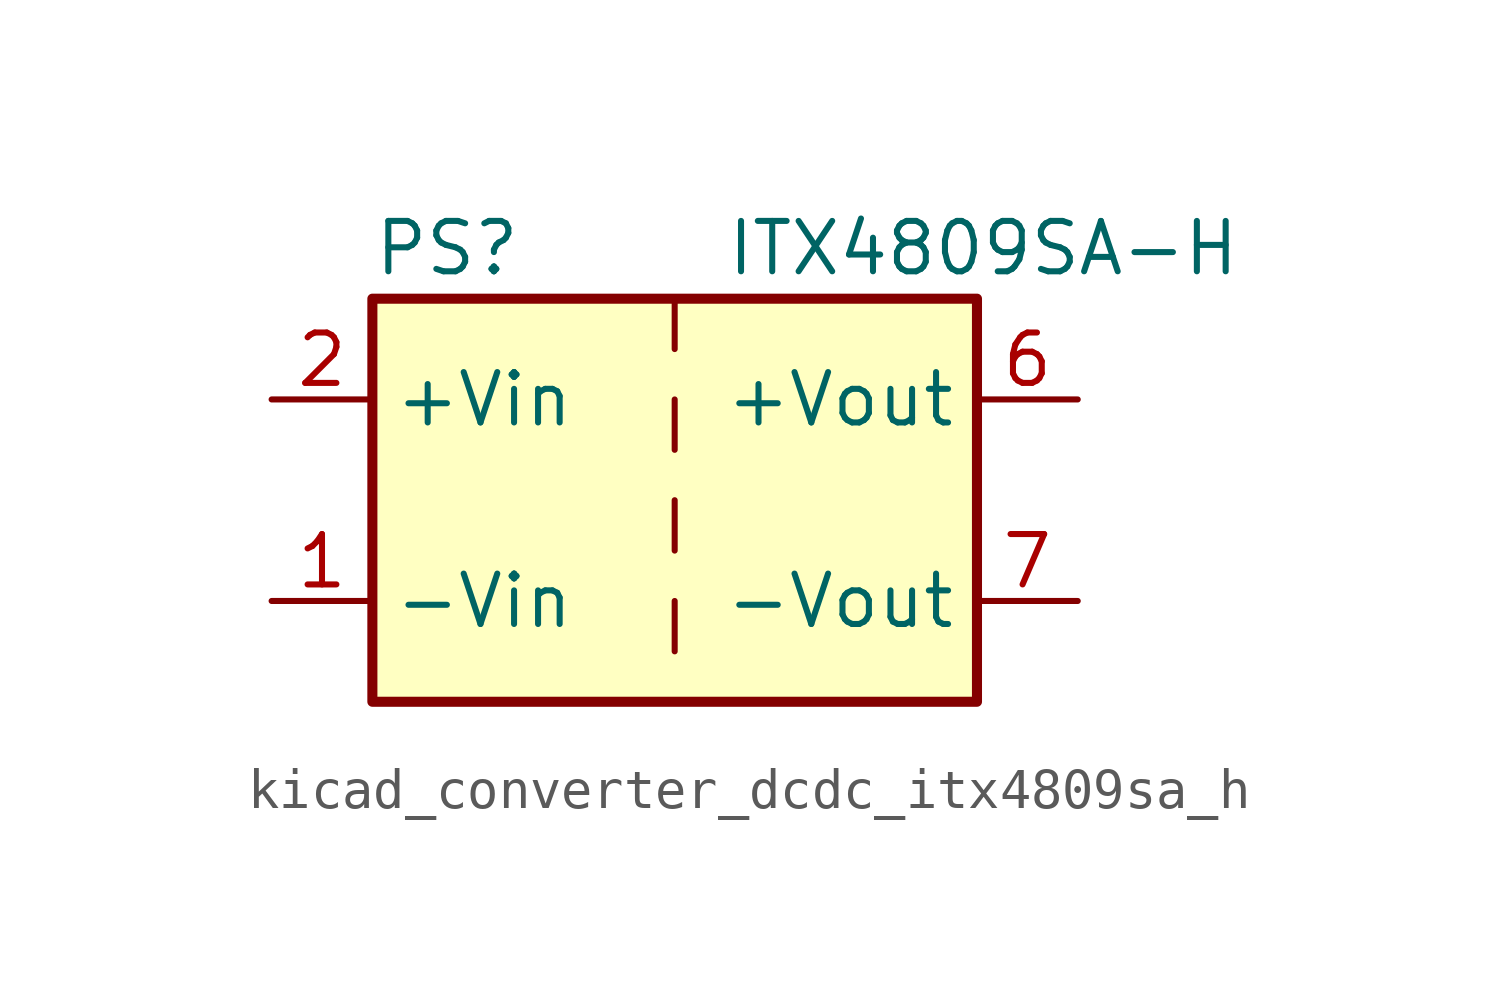
<source format=kicad_sym>
(kicad_symbol_lib
  (version 20220914)
  (generator kicad_symbol_editor)
  (symbol "kicad_converter_dcdc_itx4809sa_h"
    (property "Reference" "PS"
      (at -7.62 6.35 0)
      (effects (font (size 1.27 1.27)) (justify left)))
    (property "Value" "ITX4809SA-H"
      (at 1.27 6.35 0)
      (effects (font (size 1.27 1.27)) (justify left)))
    (symbol "kicad_converter_dcdc_itx4809sa_h_0_0"
      (pin power_in line (at -10.16 -2.54 0) (length 2.54) (name "-Vin" (effects (font (size 1.27 1.27)))) (number "1" (effects (font (size 1.27 1.27)))))
      (pin power_in line (at -10.16 2.54 0) (length 2.54) (name "+Vin" (effects (font (size 1.27 1.27)))) (number "2" (effects (font (size 1.27 1.27)))))
      (pin power_out line (at 10.16 2.54 180) (length 2.54) (name "+Vout" (effects (font (size 1.27 1.27)))) (number "6" (effects (font (size 1.27 1.27)))))
      (pin power_out line (at 10.16 -2.54 180) (length 2.54) (name "-Vout" (effects (font (size 1.27 1.27)))) (number "7" (effects (font (size 1.27 1.27)))))
      (pin no_connect line (at 7.62 0 180) (length 2.54) hide (name "NC" (effects (font (size 1.27 1.27)))) (number "8" (effects (font (size 1.27 1.27))))))
    (symbol "kicad_converter_dcdc_itx4809sa_h_0_1"
      (rectangle (start -7.62 5.08) (end 7.62 -5.08) (stroke (width 0.254) (type default)) (fill (type background)))
      (polyline (pts (xy 0 -2.54) (xy 0 -3.81)) (stroke (width 0) (type default)) (fill (type none)))
      (polyline (pts (xy 0 0) (xy 0 -1.27)) (stroke (width 0) (type default)) (fill (type none)))
      (polyline (pts (xy 0 2.54) (xy 0 1.27)) (stroke (width 0) (type default)) (fill (type none)))
      (polyline (pts (xy 0 5.08) (xy 0 3.81)) (stroke (width 0) (type default)) (fill (type none))))))
</source>
